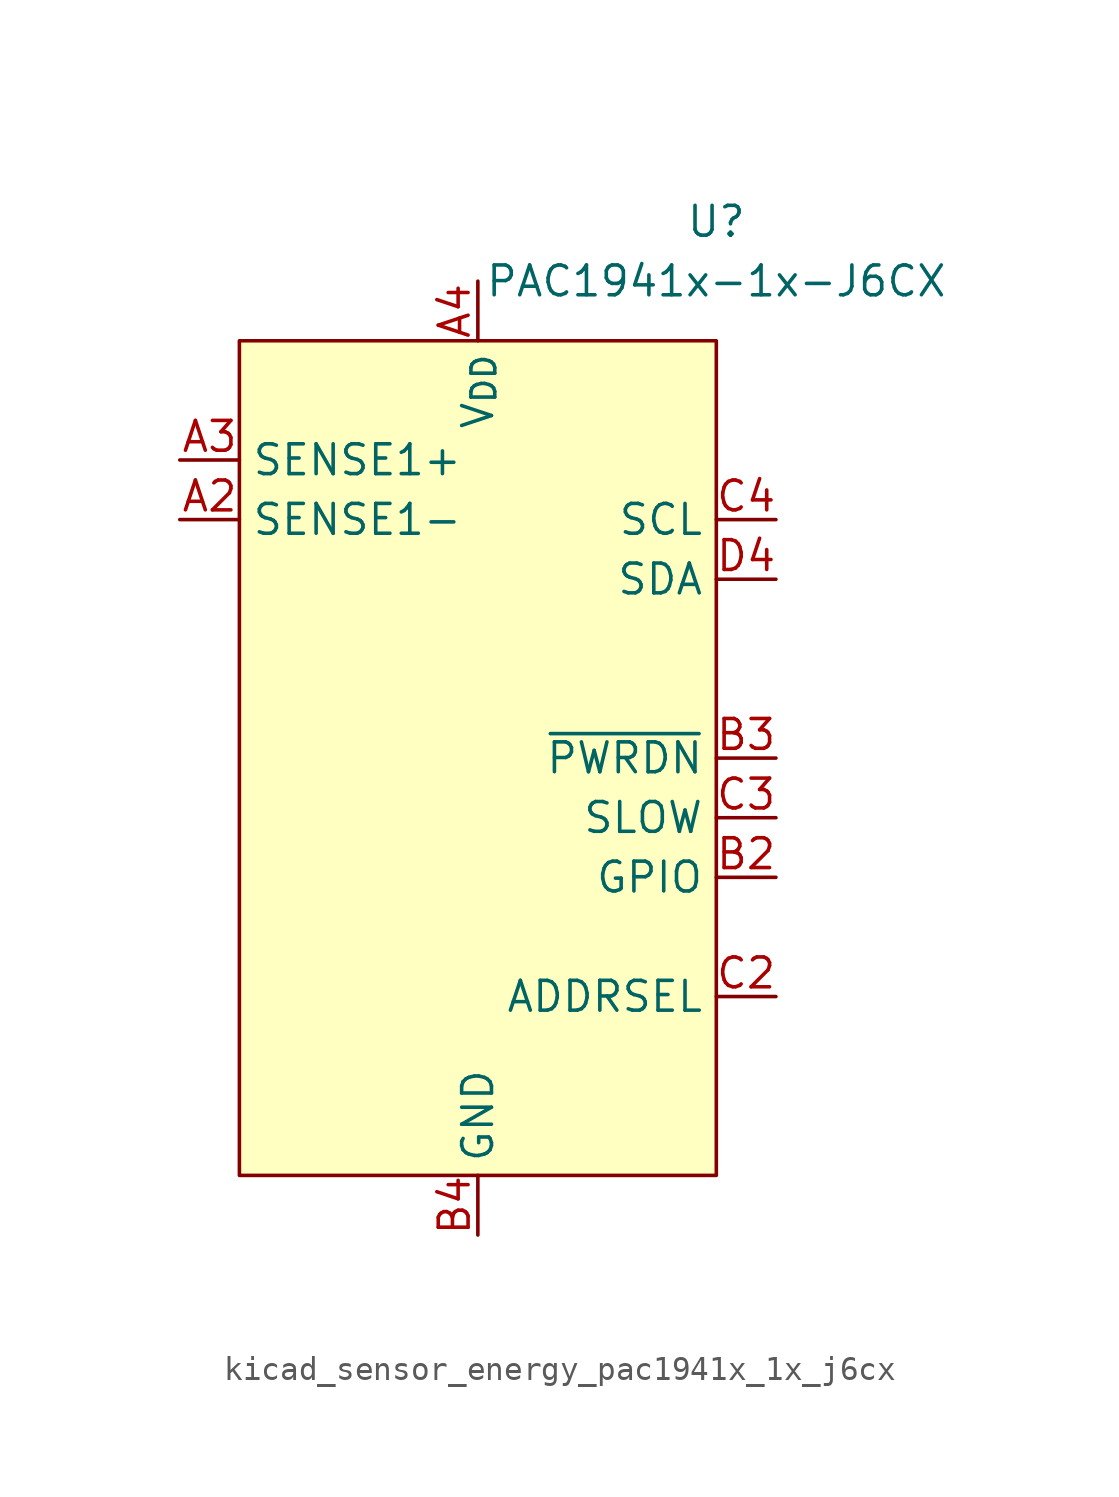
<source format=kicad_sym>
(kicad_symbol_lib
  (version 20220914)
  (generator kicad_symbol_editor)
  (symbol "kicad_sensor_energy_pac1941x_1x_j6cx"
    (property "Reference" "U"
      (at 10.16 22.86 0)
      (effects (font (size 1.27 1.27))))
    (property "Value" "PAC1941x-1x-J6CX"
      (at 10.16 20.32 0)
      (effects (font (size 1.27 1.27))))
    (symbol "kicad_sensor_energy_pac1941x_1x_j6cx_0_0"
      (pin passive line (at 0 -20.32 90) (length 2.54) hide (name "GND" (effects (font (size 1.27 1.27)))) (number "A1" (effects (font (size 1.27 1.27)))))
      (pin input line (at -12.7 10.16 0) (length 2.54) (name "SENSE1-" (effects (font (size 1.27 1.27)))) (number "A2" (effects (font (size 1.27 1.27)))))
      (pin input line (at -12.7 12.7 0) (length 2.54) (name "SENSE1+" (effects (font (size 1.27 1.27)))) (number "A3" (effects (font (size 1.27 1.27)))))
      (pin power_in line (at 0 20.32 270) (length 2.54) (name "V_{DD}" (effects (font (size 1.27 1.27)))) (number "A4" (effects (font (size 1.27 1.27)))))
      (pin passive line (at 0 -20.32 90) (length 2.54) hide (name "GND" (effects (font (size 1.27 1.27)))) (number "B1" (effects (font (size 1.27 1.27)))))
      (pin bidirectional line (at 12.7 -5.08 180) (length 2.54) (name "GPIO" (effects (font (size 1.27 1.27)))) (number "B2" (effects (font (size 1.27 1.27)))) (alternate "~{ALERT2}" open_collector line))
      (pin input line (at 12.7 0 180) (length 2.54) (name "~{PWRDN}" (effects (font (size 1.27 1.27)))) (number "B3" (effects (font (size 1.27 1.27)))))
      (pin power_in line (at 0 -20.32 90) (length 2.54) (name "GND" (effects (font (size 1.27 1.27)))) (number "B4" (effects (font (size 1.27 1.27)))))
      (pin passive line (at 0 -20.32 90) (length 2.54) hide (name "GND" (effects (font (size 1.27 1.27)))) (number "C1" (effects (font (size 1.27 1.27)))))
      (pin passive line (at 12.7 -10.16 180) (length 2.54) (name "ADDRSEL" (effects (font (size 1.27 1.27)))) (number "C2" (effects (font (size 1.27 1.27)))))
      (pin input line (at 12.7 -2.54 180) (length 2.54) (name "SLOW" (effects (font (size 1.27 1.27)))) (number "C3" (effects (font (size 1.27 1.27)))) (alternate "GPIO" bidirectional line) (alternate "~{ALERT1}" open_collector line))
      (pin input line (at 12.7 10.16 180) (length 2.54) (name "SCL" (effects (font (size 1.27 1.27)))) (number "C4" (effects (font (size 1.27 1.27)))) (alternate "SM_CLK" input line))
      (pin passive line (at 0 -20.32 90) (length 2.54) hide (name "GND" (effects (font (size 1.27 1.27)))) (number "D1" (effects (font (size 1.27 1.27)))))
      (pin passive line (at 0 -20.32 90) (length 2.54) hide (name "GND" (effects (font (size 1.27 1.27)))) (number "D2" (effects (font (size 1.27 1.27)))))
      (pin passive line (at 0 -20.32 90) (length 2.54) hide (name "GND" (effects (font (size 1.27 1.27)))) (number "D3" (effects (font (size 1.27 1.27)))))
      (pin bidirectional line (at 12.7 7.62 180) (length 2.54) (name "SDA" (effects (font (size 1.27 1.27)))) (number "D4" (effects (font (size 1.27 1.27)))) (alternate "SM_DATA" bidirectional line)))
    (symbol "kicad_sensor_energy_pac1941x_1x_j6cx_0_1"
      (rectangle (start -10.16 17.78) (end 10.16 -17.78) (stroke (width 0) (type default)) (fill (type background))))))
</source>
